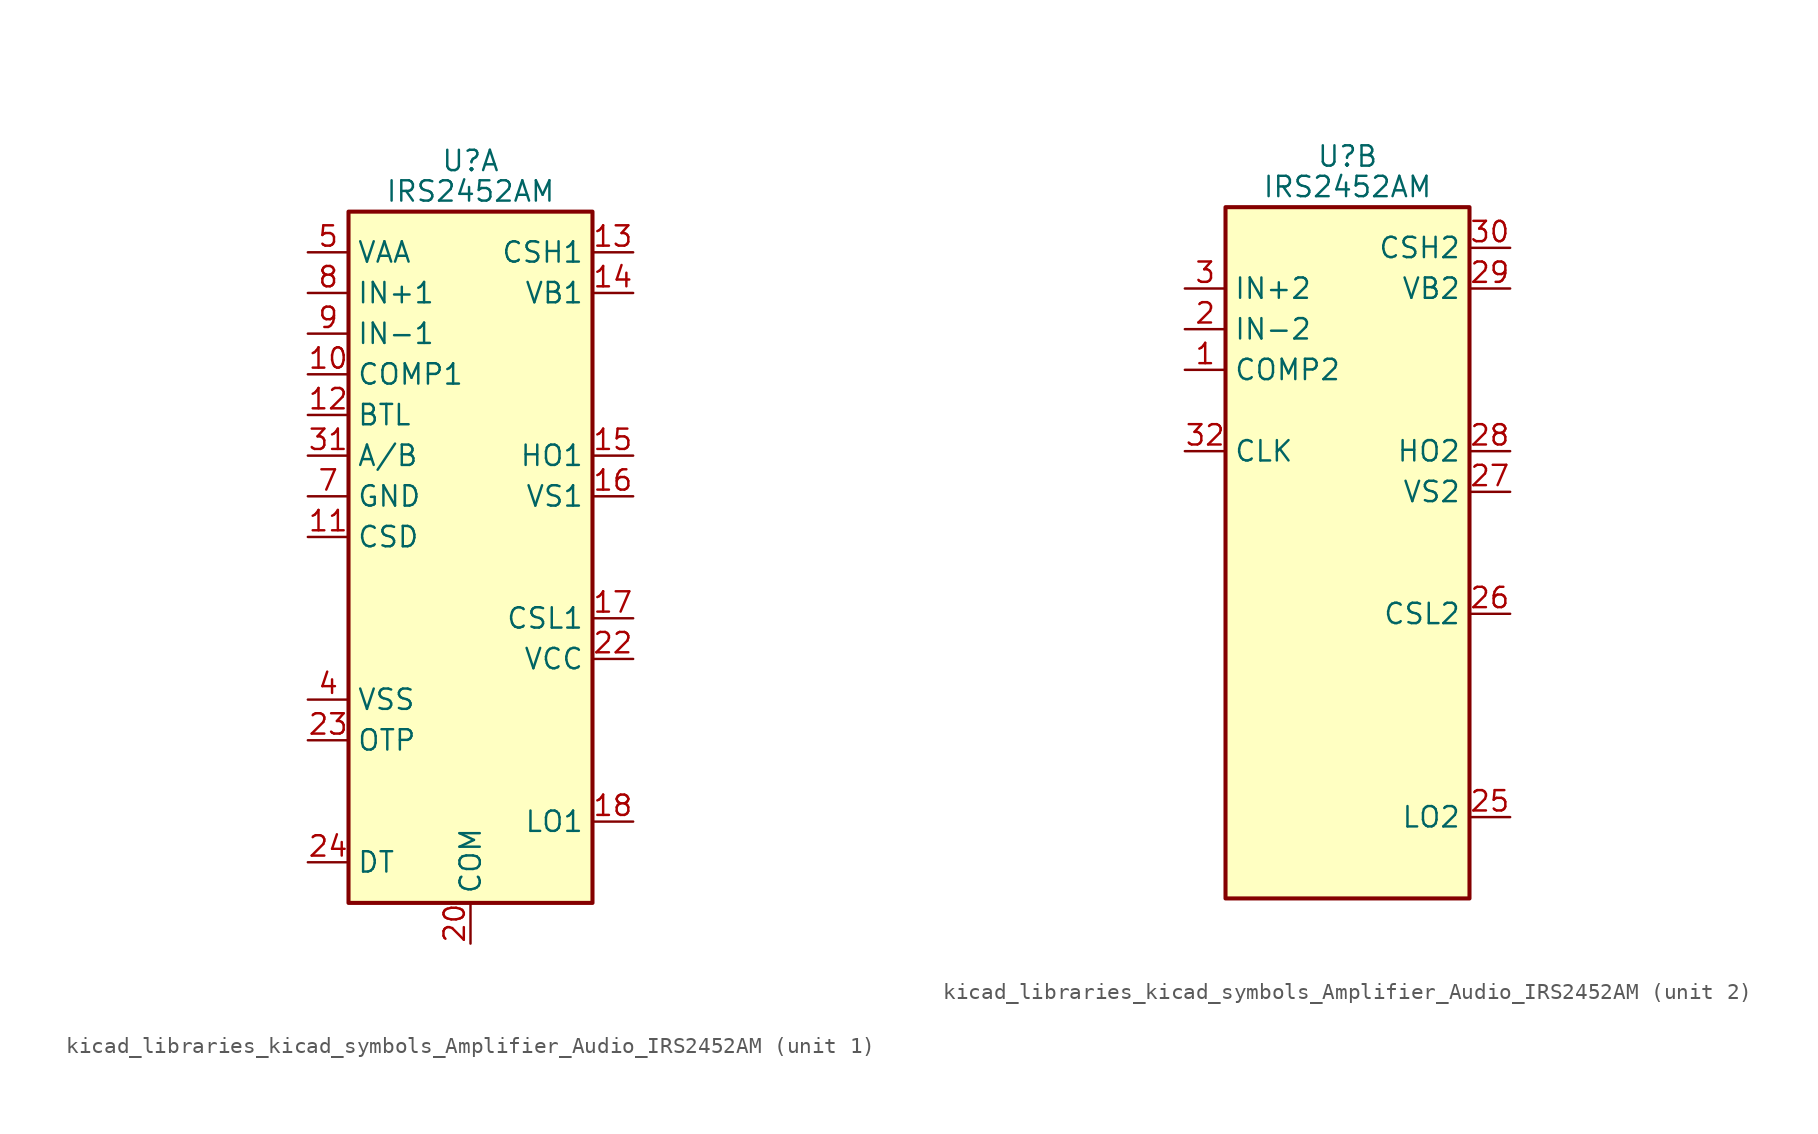
<source format=kicad_sym>
(kicad_symbol_lib
  (version 20220914)
  (generator kicad_symbol_editor)
  (symbol "kicad_libraries_kicad_symbols_Amplifier_Audio_IRS2452AM"
    (property "Reference" "U"
      (at 0 26.035 0)
      (effects (font (size 1.27 1.27))))
    (property "Value" "IRS2452AM"
      (at 0 24.13 0)
      (effects (font (size 1.27 1.27))))
    (property "ki_locked" ""
      (at 0 0 0)
      (effects (font (size 1.27 1.27))))
    (symbol "kicad_libraries_kicad_symbols_Amplifier_Audio_IRS2452AM_0_1"
      (rectangle (start -7.62 -20.32) (end 7.62 22.86) (stroke (width 0.254) (type default)) (fill (type background))))
    (symbol "kicad_libraries_kicad_symbols_Amplifier_Audio_IRS2452AM_1_1"
      (pin output line (at -10.16 12.7 0) (length 2.54) (name "COMP1" (effects (font (size 1.27 1.27)))) (number "10" (effects (font (size 1.27 1.27)))))
      (pin passive line (at -10.16 2.54 0) (length 2.54) (name "CSD" (effects (font (size 1.27 1.27)))) (number "11" (effects (font (size 1.27 1.27)))))
      (pin input line (at -10.16 10.16 0) (length 2.54) (name "BTL" (effects (font (size 1.27 1.27)))) (number "12" (effects (font (size 1.27 1.27)))))
      (pin passive line (at 10.16 20.32 180) (length 2.54) (name "CSH1" (effects (font (size 1.27 1.27)))) (number "13" (effects (font (size 1.27 1.27)))))
      (pin power_in line (at 10.16 17.78 180) (length 2.54) (name "VB1" (effects (font (size 1.27 1.27)))) (number "14" (effects (font (size 1.27 1.27)))))
      (pin output line (at 10.16 7.62 180) (length 2.54) (name "HO1" (effects (font (size 1.27 1.27)))) (number "15" (effects (font (size 1.27 1.27)))))
      (pin passive line (at 10.16 5.08 180) (length 2.54) (name "VS1" (effects (font (size 1.27 1.27)))) (number "16" (effects (font (size 1.27 1.27)))))
      (pin passive line (at 10.16 -2.54 180) (length 2.54) (name "CSL1" (effects (font (size 1.27 1.27)))) (number "17" (effects (font (size 1.27 1.27)))))
      (pin output line (at 10.16 -15.24 180) (length 2.54) (name "LO1" (effects (font (size 1.27 1.27)))) (number "18" (effects (font (size 1.27 1.27)))))
      (pin no_connect line (at -7.62 -2.54 0) (length 2.54) hide (name "NC" (effects (font (size 1.27 1.27)))) (number "19" (effects (font (size 1.27 1.27)))))
      (pin power_in line (at 0 -22.86 90) (length 2.54) (name "COM" (effects (font (size 1.27 1.27)))) (number "20" (effects (font (size 1.27 1.27)))))
      (pin no_connect line (at -7.62 -5.08 0) (length 2.54) hide (name "NC" (effects (font (size 1.27 1.27)))) (number "21" (effects (font (size 1.27 1.27)))))
      (pin power_in line (at 10.16 -5.08 180) (length 2.54) (name "VCC" (effects (font (size 1.27 1.27)))) (number "22" (effects (font (size 1.27 1.27)))))
      (pin passive line (at -10.16 -10.16 0) (length 2.54) (name "OTP" (effects (font (size 1.27 1.27)))) (number "23" (effects (font (size 1.27 1.27)))))
      (pin passive line (at -10.16 -17.78 0) (length 2.54) (name "DT" (effects (font (size 1.27 1.27)))) (number "24" (effects (font (size 1.27 1.27)))))
      (pin input line (at -10.16 7.62 0) (length 2.54) (name "A/B" (effects (font (size 1.27 1.27)))) (number "31" (effects (font (size 1.27 1.27)))))
      (pin passive line (at 0 -22.86 90) (length 2.54) hide (name "COM" (effects (font (size 1.27 1.27)))) (number "33" (effects (font (size 1.27 1.27)))))
      (pin power_in line (at -10.16 -7.62 0) (length 2.54) (name "VSS" (effects (font (size 1.27 1.27)))) (number "4" (effects (font (size 1.27 1.27)))))
      (pin power_in line (at -10.16 20.32 0) (length 2.54) (name "VAA" (effects (font (size 1.27 1.27)))) (number "5" (effects (font (size 1.27 1.27)))))
      (pin no_connect line (at -7.62 0 0) (length 2.54) hide (name "NC" (effects (font (size 1.27 1.27)))) (number "6" (effects (font (size 1.27 1.27)))))
      (pin power_in line (at -10.16 5.08 0) (length 2.54) (name "GND" (effects (font (size 1.27 1.27)))) (number "7" (effects (font (size 1.27 1.27)))))
      (pin input line (at -10.16 17.78 0) (length 2.54) (name "IN+1" (effects (font (size 1.27 1.27)))) (number "8" (effects (font (size 1.27 1.27)))))
      (pin input line (at -10.16 15.24 0) (length 2.54) (name "IN-1" (effects (font (size 1.27 1.27)))) (number "9" (effects (font (size 1.27 1.27))))))
    (symbol "kicad_libraries_kicad_symbols_Amplifier_Audio_IRS2452AM_2_1"
      (pin output line (at -10.16 12.7 0) (length 2.54) (name "COMP2" (effects (font (size 1.27 1.27)))) (number "1" (effects (font (size 1.27 1.27)))))
      (pin input line (at -10.16 15.24 0) (length 2.54) (name "IN-2" (effects (font (size 1.27 1.27)))) (number "2" (effects (font (size 1.27 1.27)))))
      (pin output line (at 10.16 -15.24 180) (length 2.54) (name "LO2" (effects (font (size 1.27 1.27)))) (number "25" (effects (font (size 1.27 1.27)))))
      (pin passive line (at 10.16 -2.54 180) (length 2.54) (name "CSL2" (effects (font (size 1.27 1.27)))) (number "26" (effects (font (size 1.27 1.27)))))
      (pin passive line (at 10.16 5.08 180) (length 2.54) (name "VS2" (effects (font (size 1.27 1.27)))) (number "27" (effects (font (size 1.27 1.27)))))
      (pin output line (at 10.16 7.62 180) (length 2.54) (name "HO2" (effects (font (size 1.27 1.27)))) (number "28" (effects (font (size 1.27 1.27)))))
      (pin power_in line (at 10.16 17.78 180) (length 2.54) (name "VB2" (effects (font (size 1.27 1.27)))) (number "29" (effects (font (size 1.27 1.27)))))
      (pin input line (at -10.16 17.78 0) (length 2.54) (name "IN+2" (effects (font (size 1.27 1.27)))) (number "3" (effects (font (size 1.27 1.27)))))
      (pin passive line (at 10.16 20.32 180) (length 2.54) (name "CSH2" (effects (font (size 1.27 1.27)))) (number "30" (effects (font (size 1.27 1.27)))))
      (pin input line (at -10.16 7.62 0) (length 2.54) (name "CLK" (effects (font (size 1.27 1.27)))) (number "32" (effects (font (size 1.27 1.27))))))))
</source>
